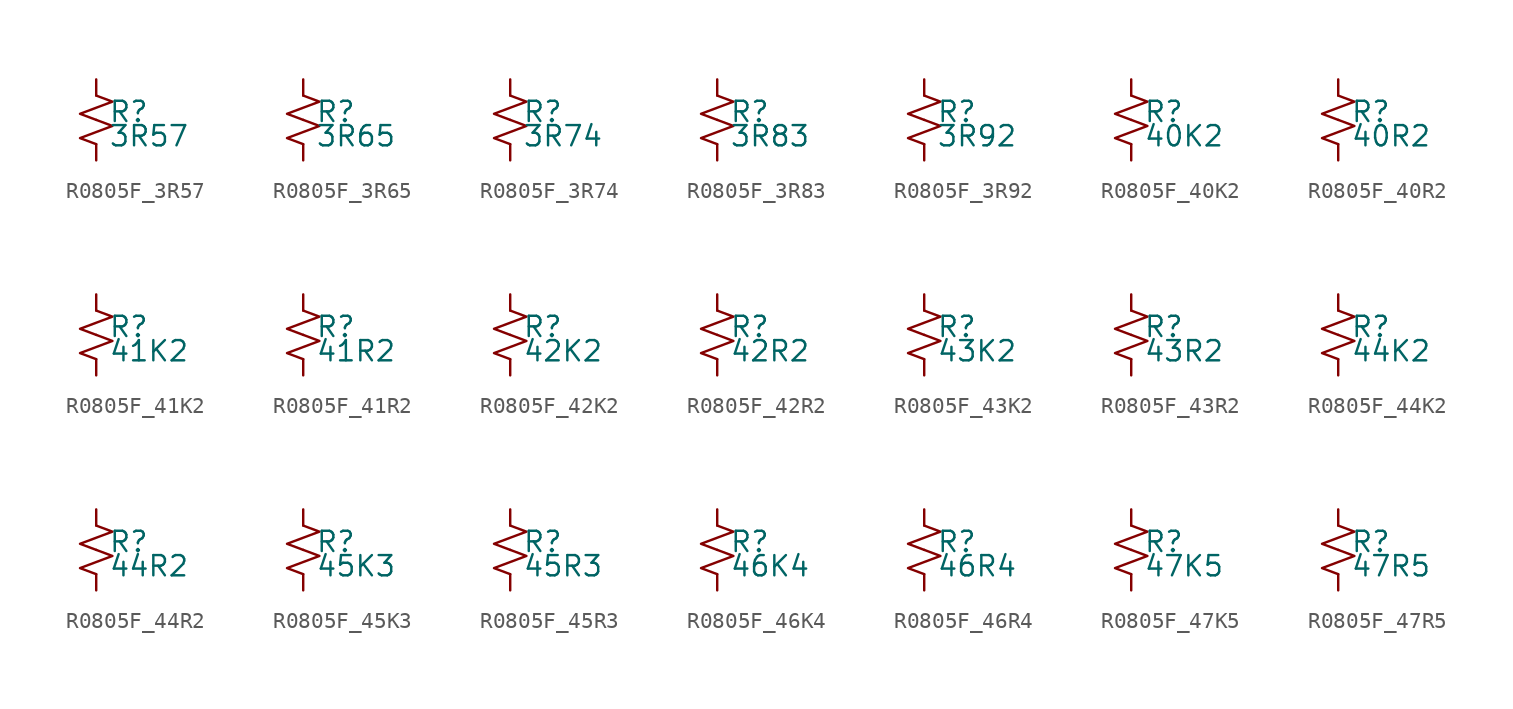
<source format=kicad_sym>
(kicad_symbol_lib
  (version 20220914)
  (generator kicad_symbol_editor)
  (symbol "R0805F_3R57"
    (pin_numbers hide)
    (pin_names
      (offset 0.254) hide)
    (property "Reference" "R"
      (at 0.762 0.508 0)
      (effects (font (size 1.27 1.27)) (justify left)))
    (property "Value" "3R57"
      (at 0.762 -1.016 0)
      (effects (font (size 1.27 1.27)) (justify left)))
    (symbol "R0805F_3R57_1_1"
      (polyline (pts (xy 0 0) (xy 1.016 -0.381) (xy 0 -0.762) (xy -1.016 -1.143) (xy 0 -1.524)) (stroke (width 0) (type default)) (fill (type none)))
      (polyline (pts (xy 0 1.524) (xy 1.016 1.143) (xy 0 0.762) (xy -1.016 0.381) (xy 0 0)) (stroke (width 0) (type default)) (fill (type none)))
      (pin passive line (at 0 2.54 270) (length 1.016) (name "~" (effects (font (size 1.27 1.27)))) (number "1" (effects (font (size 1.27 1.27)))))
      (pin passive line (at 0 -2.54 90) (length 1.016) (name "~" (effects (font (size 1.27 1.27)))) (number "2" (effects (font (size 1.27 1.27)))))))
  (symbol "R0805F_3R65"
    (pin_numbers hide)
    (pin_names
      (offset 0.254) hide)
    (property "Reference" "R"
      (at 0.762 0.508 0)
      (effects (font (size 1.27 1.27)) (justify left)))
    (property "Value" "3R65"
      (at 0.762 -1.016 0)
      (effects (font (size 1.27 1.27)) (justify left)))
    (symbol "R0805F_3R65_1_1"
      (polyline (pts (xy 0 0) (xy 1.016 -0.381) (xy 0 -0.762) (xy -1.016 -1.143) (xy 0 -1.524)) (stroke (width 0) (type default)) (fill (type none)))
      (polyline (pts (xy 0 1.524) (xy 1.016 1.143) (xy 0 0.762) (xy -1.016 0.381) (xy 0 0)) (stroke (width 0) (type default)) (fill (type none)))
      (pin passive line (at 0 2.54 270) (length 1.016) (name "~" (effects (font (size 1.27 1.27)))) (number "1" (effects (font (size 1.27 1.27)))))
      (pin passive line (at 0 -2.54 90) (length 1.016) (name "~" (effects (font (size 1.27 1.27)))) (number "2" (effects (font (size 1.27 1.27)))))))
  (symbol "R0805F_3R74"
    (pin_numbers hide)
    (pin_names
      (offset 0.254) hide)
    (property "Reference" "R"
      (at 0.762 0.508 0)
      (effects (font (size 1.27 1.27)) (justify left)))
    (property "Value" "3R74"
      (at 0.762 -1.016 0)
      (effects (font (size 1.27 1.27)) (justify left)))
    (symbol "R0805F_3R74_1_1"
      (polyline (pts (xy 0 0) (xy 1.016 -0.381) (xy 0 -0.762) (xy -1.016 -1.143) (xy 0 -1.524)) (stroke (width 0) (type default)) (fill (type none)))
      (polyline (pts (xy 0 1.524) (xy 1.016 1.143) (xy 0 0.762) (xy -1.016 0.381) (xy 0 0)) (stroke (width 0) (type default)) (fill (type none)))
      (pin passive line (at 0 2.54 270) (length 1.016) (name "~" (effects (font (size 1.27 1.27)))) (number "1" (effects (font (size 1.27 1.27)))))
      (pin passive line (at 0 -2.54 90) (length 1.016) (name "~" (effects (font (size 1.27 1.27)))) (number "2" (effects (font (size 1.27 1.27)))))))
  (symbol "R0805F_3R83"
    (pin_numbers hide)
    (pin_names
      (offset 0.254) hide)
    (property "Reference" "R"
      (at 0.762 0.508 0)
      (effects (font (size 1.27 1.27)) (justify left)))
    (property "Value" "3R83"
      (at 0.762 -1.016 0)
      (effects (font (size 1.27 1.27)) (justify left)))
    (symbol "R0805F_3R83_1_1"
      (polyline (pts (xy 0 0) (xy 1.016 -0.381) (xy 0 -0.762) (xy -1.016 -1.143) (xy 0 -1.524)) (stroke (width 0) (type default)) (fill (type none)))
      (polyline (pts (xy 0 1.524) (xy 1.016 1.143) (xy 0 0.762) (xy -1.016 0.381) (xy 0 0)) (stroke (width 0) (type default)) (fill (type none)))
      (pin passive line (at 0 2.54 270) (length 1.016) (name "~" (effects (font (size 1.27 1.27)))) (number "1" (effects (font (size 1.27 1.27)))))
      (pin passive line (at 0 -2.54 90) (length 1.016) (name "~" (effects (font (size 1.27 1.27)))) (number "2" (effects (font (size 1.27 1.27)))))))
  (symbol "R0805F_3R92"
    (pin_numbers hide)
    (pin_names
      (offset 0.254) hide)
    (property "Reference" "R"
      (at 0.762 0.508 0)
      (effects (font (size 1.27 1.27)) (justify left)))
    (property "Value" "3R92"
      (at 0.762 -1.016 0)
      (effects (font (size 1.27 1.27)) (justify left)))
    (symbol "R0805F_3R92_1_1"
      (polyline (pts (xy 0 0) (xy 1.016 -0.381) (xy 0 -0.762) (xy -1.016 -1.143) (xy 0 -1.524)) (stroke (width 0) (type default)) (fill (type none)))
      (polyline (pts (xy 0 1.524) (xy 1.016 1.143) (xy 0 0.762) (xy -1.016 0.381) (xy 0 0)) (stroke (width 0) (type default)) (fill (type none)))
      (pin passive line (at 0 2.54 270) (length 1.016) (name "~" (effects (font (size 1.27 1.27)))) (number "1" (effects (font (size 1.27 1.27)))))
      (pin passive line (at 0 -2.54 90) (length 1.016) (name "~" (effects (font (size 1.27 1.27)))) (number "2" (effects (font (size 1.27 1.27)))))))
  (symbol "R0805F_40K2"
    (pin_numbers hide)
    (pin_names
      (offset 0.254) hide)
    (property "Reference" "R"
      (at 0.762 0.508 0)
      (effects (font (size 1.27 1.27)) (justify left)))
    (property "Value" "40K2"
      (at 0.762 -1.016 0)
      (effects (font (size 1.27 1.27)) (justify left)))
    (symbol "R0805F_40K2_1_1"
      (polyline (pts (xy 0 0) (xy 1.016 -0.381) (xy 0 -0.762) (xy -1.016 -1.143) (xy 0 -1.524)) (stroke (width 0) (type default)) (fill (type none)))
      (polyline (pts (xy 0 1.524) (xy 1.016 1.143) (xy 0 0.762) (xy -1.016 0.381) (xy 0 0)) (stroke (width 0) (type default)) (fill (type none)))
      (pin passive line (at 0 2.54 270) (length 1.016) (name "~" (effects (font (size 1.27 1.27)))) (number "1" (effects (font (size 1.27 1.27)))))
      (pin passive line (at 0 -2.54 90) (length 1.016) (name "~" (effects (font (size 1.27 1.27)))) (number "2" (effects (font (size 1.27 1.27)))))))
  (symbol "R0805F_40R2"
    (pin_numbers hide)
    (pin_names
      (offset 0.254) hide)
    (property "Reference" "R"
      (at 0.762 0.508 0)
      (effects (font (size 1.27 1.27)) (justify left)))
    (property "Value" "40R2"
      (at 0.762 -1.016 0)
      (effects (font (size 1.27 1.27)) (justify left)))
    (symbol "R0805F_40R2_1_1"
      (polyline (pts (xy 0 0) (xy 1.016 -0.381) (xy 0 -0.762) (xy -1.016 -1.143) (xy 0 -1.524)) (stroke (width 0) (type default)) (fill (type none)))
      (polyline (pts (xy 0 1.524) (xy 1.016 1.143) (xy 0 0.762) (xy -1.016 0.381) (xy 0 0)) (stroke (width 0) (type default)) (fill (type none)))
      (pin passive line (at 0 2.54 270) (length 1.016) (name "~" (effects (font (size 1.27 1.27)))) (number "1" (effects (font (size 1.27 1.27)))))
      (pin passive line (at 0 -2.54 90) (length 1.016) (name "~" (effects (font (size 1.27 1.27)))) (number "2" (effects (font (size 1.27 1.27)))))))
  (symbol "R0805F_41K2"
    (pin_numbers hide)
    (pin_names
      (offset 0.254) hide)
    (property "Reference" "R"
      (at 0.762 0.508 0)
      (effects (font (size 1.27 1.27)) (justify left)))
    (property "Value" "41K2"
      (at 0.762 -1.016 0)
      (effects (font (size 1.27 1.27)) (justify left)))
    (symbol "R0805F_41K2_1_1"
      (polyline (pts (xy 0 0) (xy 1.016 -0.381) (xy 0 -0.762) (xy -1.016 -1.143) (xy 0 -1.524)) (stroke (width 0) (type default)) (fill (type none)))
      (polyline (pts (xy 0 1.524) (xy 1.016 1.143) (xy 0 0.762) (xy -1.016 0.381) (xy 0 0)) (stroke (width 0) (type default)) (fill (type none)))
      (pin passive line (at 0 2.54 270) (length 1.016) (name "~" (effects (font (size 1.27 1.27)))) (number "1" (effects (font (size 1.27 1.27)))))
      (pin passive line (at 0 -2.54 90) (length 1.016) (name "~" (effects (font (size 1.27 1.27)))) (number "2" (effects (font (size 1.27 1.27)))))))
  (symbol "R0805F_41R2"
    (pin_numbers hide)
    (pin_names
      (offset 0.254) hide)
    (property "Reference" "R"
      (at 0.762 0.508 0)
      (effects (font (size 1.27 1.27)) (justify left)))
    (property "Value" "41R2"
      (at 0.762 -1.016 0)
      (effects (font (size 1.27 1.27)) (justify left)))
    (symbol "R0805F_41R2_1_1"
      (polyline (pts (xy 0 0) (xy 1.016 -0.381) (xy 0 -0.762) (xy -1.016 -1.143) (xy 0 -1.524)) (stroke (width 0) (type default)) (fill (type none)))
      (polyline (pts (xy 0 1.524) (xy 1.016 1.143) (xy 0 0.762) (xy -1.016 0.381) (xy 0 0)) (stroke (width 0) (type default)) (fill (type none)))
      (pin passive line (at 0 2.54 270) (length 1.016) (name "~" (effects (font (size 1.27 1.27)))) (number "1" (effects (font (size 1.27 1.27)))))
      (pin passive line (at 0 -2.54 90) (length 1.016) (name "~" (effects (font (size 1.27 1.27)))) (number "2" (effects (font (size 1.27 1.27)))))))
  (symbol "R0805F_42K2"
    (pin_numbers hide)
    (pin_names
      (offset 0.254) hide)
    (property "Reference" "R"
      (at 0.762 0.508 0)
      (effects (font (size 1.27 1.27)) (justify left)))
    (property "Value" "42K2"
      (at 0.762 -1.016 0)
      (effects (font (size 1.27 1.27)) (justify left)))
    (symbol "R0805F_42K2_1_1"
      (polyline (pts (xy 0 0) (xy 1.016 -0.381) (xy 0 -0.762) (xy -1.016 -1.143) (xy 0 -1.524)) (stroke (width 0) (type default)) (fill (type none)))
      (polyline (pts (xy 0 1.524) (xy 1.016 1.143) (xy 0 0.762) (xy -1.016 0.381) (xy 0 0)) (stroke (width 0) (type default)) (fill (type none)))
      (pin passive line (at 0 2.54 270) (length 1.016) (name "~" (effects (font (size 1.27 1.27)))) (number "1" (effects (font (size 1.27 1.27)))))
      (pin passive line (at 0 -2.54 90) (length 1.016) (name "~" (effects (font (size 1.27 1.27)))) (number "2" (effects (font (size 1.27 1.27)))))))
  (symbol "R0805F_42R2"
    (pin_numbers hide)
    (pin_names
      (offset 0.254) hide)
    (property "Reference" "R"
      (at 0.762 0.508 0)
      (effects (font (size 1.27 1.27)) (justify left)))
    (property "Value" "42R2"
      (at 0.762 -1.016 0)
      (effects (font (size 1.27 1.27)) (justify left)))
    (symbol "R0805F_42R2_1_1"
      (polyline (pts (xy 0 0) (xy 1.016 -0.381) (xy 0 -0.762) (xy -1.016 -1.143) (xy 0 -1.524)) (stroke (width 0) (type default)) (fill (type none)))
      (polyline (pts (xy 0 1.524) (xy 1.016 1.143) (xy 0 0.762) (xy -1.016 0.381) (xy 0 0)) (stroke (width 0) (type default)) (fill (type none)))
      (pin passive line (at 0 2.54 270) (length 1.016) (name "~" (effects (font (size 1.27 1.27)))) (number "1" (effects (font (size 1.27 1.27)))))
      (pin passive line (at 0 -2.54 90) (length 1.016) (name "~" (effects (font (size 1.27 1.27)))) (number "2" (effects (font (size 1.27 1.27)))))))
  (symbol "R0805F_43K2"
    (pin_numbers hide)
    (pin_names
      (offset 0.254) hide)
    (property "Reference" "R"
      (at 0.762 0.508 0)
      (effects (font (size 1.27 1.27)) (justify left)))
    (property "Value" "43K2"
      (at 0.762 -1.016 0)
      (effects (font (size 1.27 1.27)) (justify left)))
    (symbol "R0805F_43K2_1_1"
      (polyline (pts (xy 0 0) (xy 1.016 -0.381) (xy 0 -0.762) (xy -1.016 -1.143) (xy 0 -1.524)) (stroke (width 0) (type default)) (fill (type none)))
      (polyline (pts (xy 0 1.524) (xy 1.016 1.143) (xy 0 0.762) (xy -1.016 0.381) (xy 0 0)) (stroke (width 0) (type default)) (fill (type none)))
      (pin passive line (at 0 2.54 270) (length 1.016) (name "~" (effects (font (size 1.27 1.27)))) (number "1" (effects (font (size 1.27 1.27)))))
      (pin passive line (at 0 -2.54 90) (length 1.016) (name "~" (effects (font (size 1.27 1.27)))) (number "2" (effects (font (size 1.27 1.27)))))))
  (symbol "R0805F_43R2"
    (pin_numbers hide)
    (pin_names
      (offset 0.254) hide)
    (property "Reference" "R"
      (at 0.762 0.508 0)
      (effects (font (size 1.27 1.27)) (justify left)))
    (property "Value" "43R2"
      (at 0.762 -1.016 0)
      (effects (font (size 1.27 1.27)) (justify left)))
    (symbol "R0805F_43R2_1_1"
      (polyline (pts (xy 0 0) (xy 1.016 -0.381) (xy 0 -0.762) (xy -1.016 -1.143) (xy 0 -1.524)) (stroke (width 0) (type default)) (fill (type none)))
      (polyline (pts (xy 0 1.524) (xy 1.016 1.143) (xy 0 0.762) (xy -1.016 0.381) (xy 0 0)) (stroke (width 0) (type default)) (fill (type none)))
      (pin passive line (at 0 2.54 270) (length 1.016) (name "~" (effects (font (size 1.27 1.27)))) (number "1" (effects (font (size 1.27 1.27)))))
      (pin passive line (at 0 -2.54 90) (length 1.016) (name "~" (effects (font (size 1.27 1.27)))) (number "2" (effects (font (size 1.27 1.27)))))))
  (symbol "R0805F_44K2"
    (pin_numbers hide)
    (pin_names
      (offset 0.254) hide)
    (property "Reference" "R"
      (at 0.762 0.508 0)
      (effects (font (size 1.27 1.27)) (justify left)))
    (property "Value" "44K2"
      (at 0.762 -1.016 0)
      (effects (font (size 1.27 1.27)) (justify left)))
    (symbol "R0805F_44K2_1_1"
      (polyline (pts (xy 0 0) (xy 1.016 -0.381) (xy 0 -0.762) (xy -1.016 -1.143) (xy 0 -1.524)) (stroke (width 0) (type default)) (fill (type none)))
      (polyline (pts (xy 0 1.524) (xy 1.016 1.143) (xy 0 0.762) (xy -1.016 0.381) (xy 0 0)) (stroke (width 0) (type default)) (fill (type none)))
      (pin passive line (at 0 2.54 270) (length 1.016) (name "~" (effects (font (size 1.27 1.27)))) (number "1" (effects (font (size 1.27 1.27)))))
      (pin passive line (at 0 -2.54 90) (length 1.016) (name "~" (effects (font (size 1.27 1.27)))) (number "2" (effects (font (size 1.27 1.27)))))))
  (symbol "R0805F_44R2"
    (pin_numbers hide)
    (pin_names
      (offset 0.254) hide)
    (property "Reference" "R"
      (at 0.762 0.508 0)
      (effects (font (size 1.27 1.27)) (justify left)))
    (property "Value" "44R2"
      (at 0.762 -1.016 0)
      (effects (font (size 1.27 1.27)) (justify left)))
    (symbol "R0805F_44R2_1_1"
      (polyline (pts (xy 0 0) (xy 1.016 -0.381) (xy 0 -0.762) (xy -1.016 -1.143) (xy 0 -1.524)) (stroke (width 0) (type default)) (fill (type none)))
      (polyline (pts (xy 0 1.524) (xy 1.016 1.143) (xy 0 0.762) (xy -1.016 0.381) (xy 0 0)) (stroke (width 0) (type default)) (fill (type none)))
      (pin passive line (at 0 2.54 270) (length 1.016) (name "~" (effects (font (size 1.27 1.27)))) (number "1" (effects (font (size 1.27 1.27)))))
      (pin passive line (at 0 -2.54 90) (length 1.016) (name "~" (effects (font (size 1.27 1.27)))) (number "2" (effects (font (size 1.27 1.27)))))))
  (symbol "R0805F_45K3"
    (pin_numbers hide)
    (pin_names
      (offset 0.254) hide)
    (property "Reference" "R"
      (at 0.762 0.508 0)
      (effects (font (size 1.27 1.27)) (justify left)))
    (property "Value" "45K3"
      (at 0.762 -1.016 0)
      (effects (font (size 1.27 1.27)) (justify left)))
    (symbol "R0805F_45K3_1_1"
      (polyline (pts (xy 0 0) (xy 1.016 -0.381) (xy 0 -0.762) (xy -1.016 -1.143) (xy 0 -1.524)) (stroke (width 0) (type default)) (fill (type none)))
      (polyline (pts (xy 0 1.524) (xy 1.016 1.143) (xy 0 0.762) (xy -1.016 0.381) (xy 0 0)) (stroke (width 0) (type default)) (fill (type none)))
      (pin passive line (at 0 2.54 270) (length 1.016) (name "~" (effects (font (size 1.27 1.27)))) (number "1" (effects (font (size 1.27 1.27)))))
      (pin passive line (at 0 -2.54 90) (length 1.016) (name "~" (effects (font (size 1.27 1.27)))) (number "2" (effects (font (size 1.27 1.27)))))))
  (symbol "R0805F_45R3"
    (pin_numbers hide)
    (pin_names
      (offset 0.254) hide)
    (property "Reference" "R"
      (at 0.762 0.508 0)
      (effects (font (size 1.27 1.27)) (justify left)))
    (property "Value" "45R3"
      (at 0.762 -1.016 0)
      (effects (font (size 1.27 1.27)) (justify left)))
    (symbol "R0805F_45R3_1_1"
      (polyline (pts (xy 0 0) (xy 1.016 -0.381) (xy 0 -0.762) (xy -1.016 -1.143) (xy 0 -1.524)) (stroke (width 0) (type default)) (fill (type none)))
      (polyline (pts (xy 0 1.524) (xy 1.016 1.143) (xy 0 0.762) (xy -1.016 0.381) (xy 0 0)) (stroke (width 0) (type default)) (fill (type none)))
      (pin passive line (at 0 2.54 270) (length 1.016) (name "~" (effects (font (size 1.27 1.27)))) (number "1" (effects (font (size 1.27 1.27)))))
      (pin passive line (at 0 -2.54 90) (length 1.016) (name "~" (effects (font (size 1.27 1.27)))) (number "2" (effects (font (size 1.27 1.27)))))))
  (symbol "R0805F_46K4"
    (pin_numbers hide)
    (pin_names
      (offset 0.254) hide)
    (property "Reference" "R"
      (at 0.762 0.508 0)
      (effects (font (size 1.27 1.27)) (justify left)))
    (property "Value" "46K4"
      (at 0.762 -1.016 0)
      (effects (font (size 1.27 1.27)) (justify left)))
    (symbol "R0805F_46K4_1_1"
      (polyline (pts (xy 0 0) (xy 1.016 -0.381) (xy 0 -0.762) (xy -1.016 -1.143) (xy 0 -1.524)) (stroke (width 0) (type default)) (fill (type none)))
      (polyline (pts (xy 0 1.524) (xy 1.016 1.143) (xy 0 0.762) (xy -1.016 0.381) (xy 0 0)) (stroke (width 0) (type default)) (fill (type none)))
      (pin passive line (at 0 2.54 270) (length 1.016) (name "~" (effects (font (size 1.27 1.27)))) (number "1" (effects (font (size 1.27 1.27)))))
      (pin passive line (at 0 -2.54 90) (length 1.016) (name "~" (effects (font (size 1.27 1.27)))) (number "2" (effects (font (size 1.27 1.27)))))))
  (symbol "R0805F_46R4"
    (pin_numbers hide)
    (pin_names
      (offset 0.254) hide)
    (property "Reference" "R"
      (at 0.762 0.508 0)
      (effects (font (size 1.27 1.27)) (justify left)))
    (property "Value" "46R4"
      (at 0.762 -1.016 0)
      (effects (font (size 1.27 1.27)) (justify left)))
    (symbol "R0805F_46R4_1_1"
      (polyline (pts (xy 0 0) (xy 1.016 -0.381) (xy 0 -0.762) (xy -1.016 -1.143) (xy 0 -1.524)) (stroke (width 0) (type default)) (fill (type none)))
      (polyline (pts (xy 0 1.524) (xy 1.016 1.143) (xy 0 0.762) (xy -1.016 0.381) (xy 0 0)) (stroke (width 0) (type default)) (fill (type none)))
      (pin passive line (at 0 2.54 270) (length 1.016) (name "~" (effects (font (size 1.27 1.27)))) (number "1" (effects (font (size 1.27 1.27)))))
      (pin passive line (at 0 -2.54 90) (length 1.016) (name "~" (effects (font (size 1.27 1.27)))) (number "2" (effects (font (size 1.27 1.27)))))))
  (symbol "R0805F_47K5"
    (pin_numbers hide)
    (pin_names
      (offset 0.254) hide)
    (property "Reference" "R"
      (at 0.762 0.508 0)
      (effects (font (size 1.27 1.27)) (justify left)))
    (property "Value" "47K5"
      (at 0.762 -1.016 0)
      (effects (font (size 1.27 1.27)) (justify left)))
    (symbol "R0805F_47K5_1_1"
      (polyline (pts (xy 0 0) (xy 1.016 -0.381) (xy 0 -0.762) (xy -1.016 -1.143) (xy 0 -1.524)) (stroke (width 0) (type default)) (fill (type none)))
      (polyline (pts (xy 0 1.524) (xy 1.016 1.143) (xy 0 0.762) (xy -1.016 0.381) (xy 0 0)) (stroke (width 0) (type default)) (fill (type none)))
      (pin passive line (at 0 2.54 270) (length 1.016) (name "~" (effects (font (size 1.27 1.27)))) (number "1" (effects (font (size 1.27 1.27)))))
      (pin passive line (at 0 -2.54 90) (length 1.016) (name "~" (effects (font (size 1.27 1.27)))) (number "2" (effects (font (size 1.27 1.27)))))))
  (symbol "R0805F_47R5"
    (pin_numbers hide)
    (pin_names
      (offset 0.254) hide)
    (property "Reference" "R"
      (at 0.762 0.508 0)
      (effects (font (size 1.27 1.27)) (justify left)))
    (property "Value" "47R5"
      (at 0.762 -1.016 0)
      (effects (font (size 1.27 1.27)) (justify left)))
    (symbol "R0805F_47R5_1_1"
      (polyline (pts (xy 0 0) (xy 1.016 -0.381) (xy 0 -0.762) (xy -1.016 -1.143) (xy 0 -1.524)) (stroke (width 0) (type default)) (fill (type none)))
      (polyline (pts (xy 0 1.524) (xy 1.016 1.143) (xy 0 0.762) (xy -1.016 0.381) (xy 0 0)) (stroke (width 0) (type default)) (fill (type none)))
      (pin passive line (at 0 2.54 270) (length 1.016) (name "~" (effects (font (size 1.27 1.27)))) (number "1" (effects (font (size 1.27 1.27)))))
      (pin passive line (at 0 -2.54 90) (length 1.016) (name "~" (effects (font (size 1.27 1.27)))) (number "2" (effects (font (size 1.27 1.27))))))))
</source>
